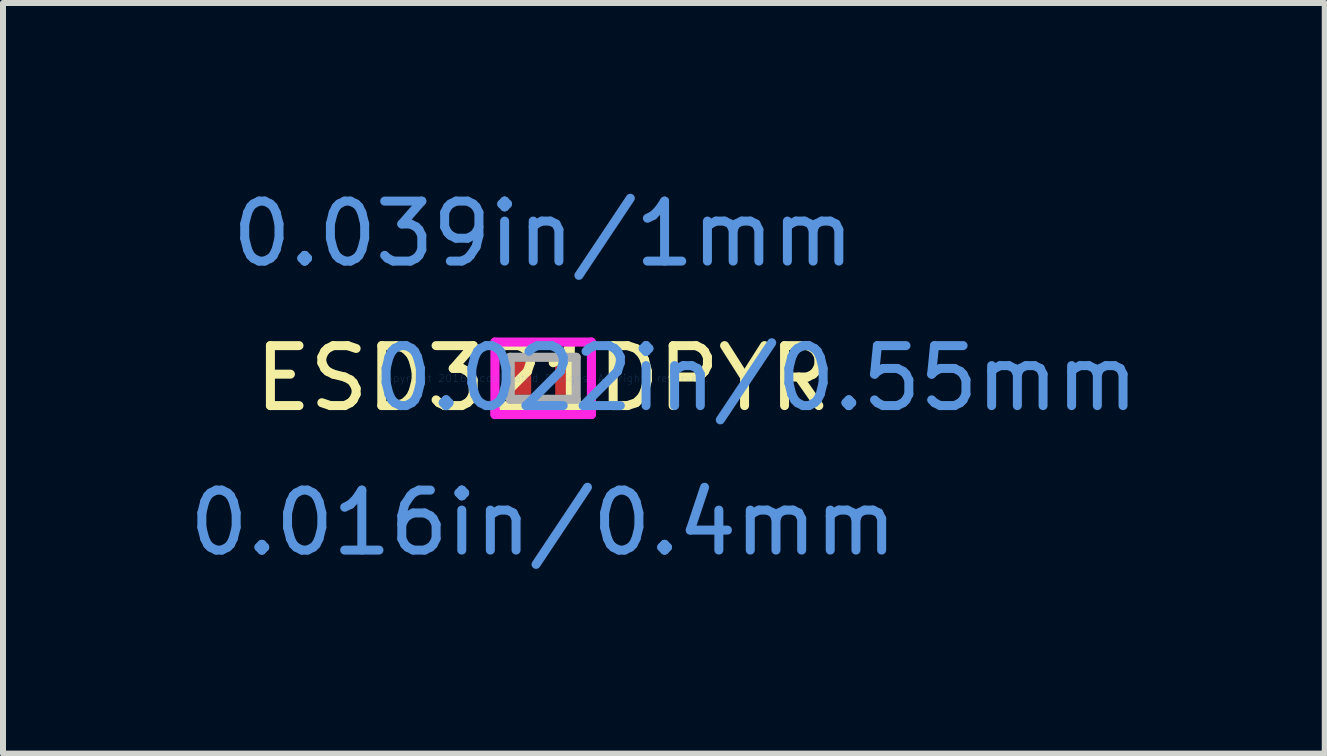
<source format=kicad_pcb>
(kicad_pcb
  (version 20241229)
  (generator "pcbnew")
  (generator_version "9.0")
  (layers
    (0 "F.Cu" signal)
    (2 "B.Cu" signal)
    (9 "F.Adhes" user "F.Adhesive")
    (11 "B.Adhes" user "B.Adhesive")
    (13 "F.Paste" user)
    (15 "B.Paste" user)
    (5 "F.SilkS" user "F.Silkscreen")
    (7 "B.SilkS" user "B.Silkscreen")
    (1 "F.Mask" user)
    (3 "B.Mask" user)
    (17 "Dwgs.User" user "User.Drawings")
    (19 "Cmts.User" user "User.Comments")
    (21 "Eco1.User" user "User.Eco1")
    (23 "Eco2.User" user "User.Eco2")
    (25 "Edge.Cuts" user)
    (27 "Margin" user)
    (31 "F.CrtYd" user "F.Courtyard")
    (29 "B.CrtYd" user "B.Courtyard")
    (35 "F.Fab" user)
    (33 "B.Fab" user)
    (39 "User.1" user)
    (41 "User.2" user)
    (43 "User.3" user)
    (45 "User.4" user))
  (footprint "ESD321DPYR"
    (layer "F.Cu")
    (at 6.006 3.257)
    (property "Reference" "ESD321DPYR" (at 0 0 0) (layer "F.SilkS") (effects (font (size 1 1) (thickness 0.15))))
    (attr through_hole)
    (fp_line (start -0.804 -0.604) (end 0.804 -0.604) (stroke (width 0.152) (type solid)) (layer "F.CrtYd"))
    (fp_line (start -0.804 -0.529) (end -0.804 -0.604) (stroke (width 0.152) (type solid)) (layer "F.CrtYd"))
    (fp_line (start -0.804 -0.529) (end -0.804 -0.529) (stroke (width 0.152) (type solid)) (layer "F.CrtYd"))
    (fp_line (start -0.804 0.529) (end -0.804 -0.529) (stroke (width 0.152) (type solid)) (layer "F.CrtYd"))
    (fp_line (start -0.804 0.529) (end -0.804 0.529) (stroke (width 0.152) (type solid)) (layer "F.CrtYd"))
    (fp_line (start -0.804 0.604) (end -0.804 0.529) (stroke (width 0.152) (type solid)) (layer "F.CrtYd"))
    (fp_line (start 0.804 -0.604) (end 0.804 -0.529) (stroke (width 0.152) (type solid)) (layer "F.CrtYd"))
    (fp_line (start 0.804 -0.529) (end 0.804 -0.529) (stroke (width 0.152) (type solid)) (layer "F.CrtYd"))
    (fp_line (start 0.804 -0.529) (end 0.804 0.529) (stroke (width 0.152) (type solid)) (layer "F.CrtYd"))
    (fp_line (start 0.804 0.529) (end 0.804 0.529) (stroke (width 0.152) (type solid)) (layer "F.CrtYd"))
    (fp_line (start 0.804 0.529) (end 0.804 0.604) (stroke (width 0.152) (type solid)) (layer "F.CrtYd"))
    (fp_line (start 0.804 0.604) (end -0.804 0.604) (stroke (width 0.152) (type solid)) (layer "F.CrtYd"))
    (fp_line (start -0.55 -0.35) (end -0.55 0.35) (stroke (width 0.152) (type solid)) (layer "F.Fab"))
    (fp_line (start -0.55 0.35) (end 0.55 0.35) (stroke (width 0.152) (type solid)) (layer "F.Fab"))
    (fp_line (start 0.55 -0.35) (end -0.55 -0.35) (stroke (width 0.152) (type solid)) (layer "F.Fab"))
    (fp_line (start 0.55 0.35) (end 0.55 -0.35) (stroke (width 0.152) (type solid)) (layer "F.Fab"))
    (fp_text user "0.022in/0.55mm" (at 3.548 0 0) (layer "Cmts.User") (effects (font (size 1 1) (thickness 0.15))))
    (fp_text user "0.039in/1mm" (at 0 -2.409 0) (layer "Cmts.User") (effects (font (size 1 1) (thickness 0.15))))
    (fp_text user "0.016in/0.4mm" (at 0 2.409 0) (layer "Cmts.User") (effects (font (size 1 1) (thickness 0.15))))
    (fp_text user "Copyright 2016 Accelerated Designs. All rights reserved." (at 0 0 0) (layer "Cmts.User") (effects (font (size 0.127 0.127) (thickness 0.002))))
    (pad "1" smd rect (at -0.35 0) (size 0.3 0.55) (layers "F.Cu" "F.Mask" "F.Paste"))
    (pad "2" smd rect (at 0.35 0) (size 0.3 0.55) (layers "F.Cu" "F.Mask" "F.Paste")))
  (gr_rect
    (start -3 -3)
    (end 19.036 9.514)
    (stroke (width 0.1) (type default))
    (fill no)
    (layer "Edge.Cuts")))
</source>
